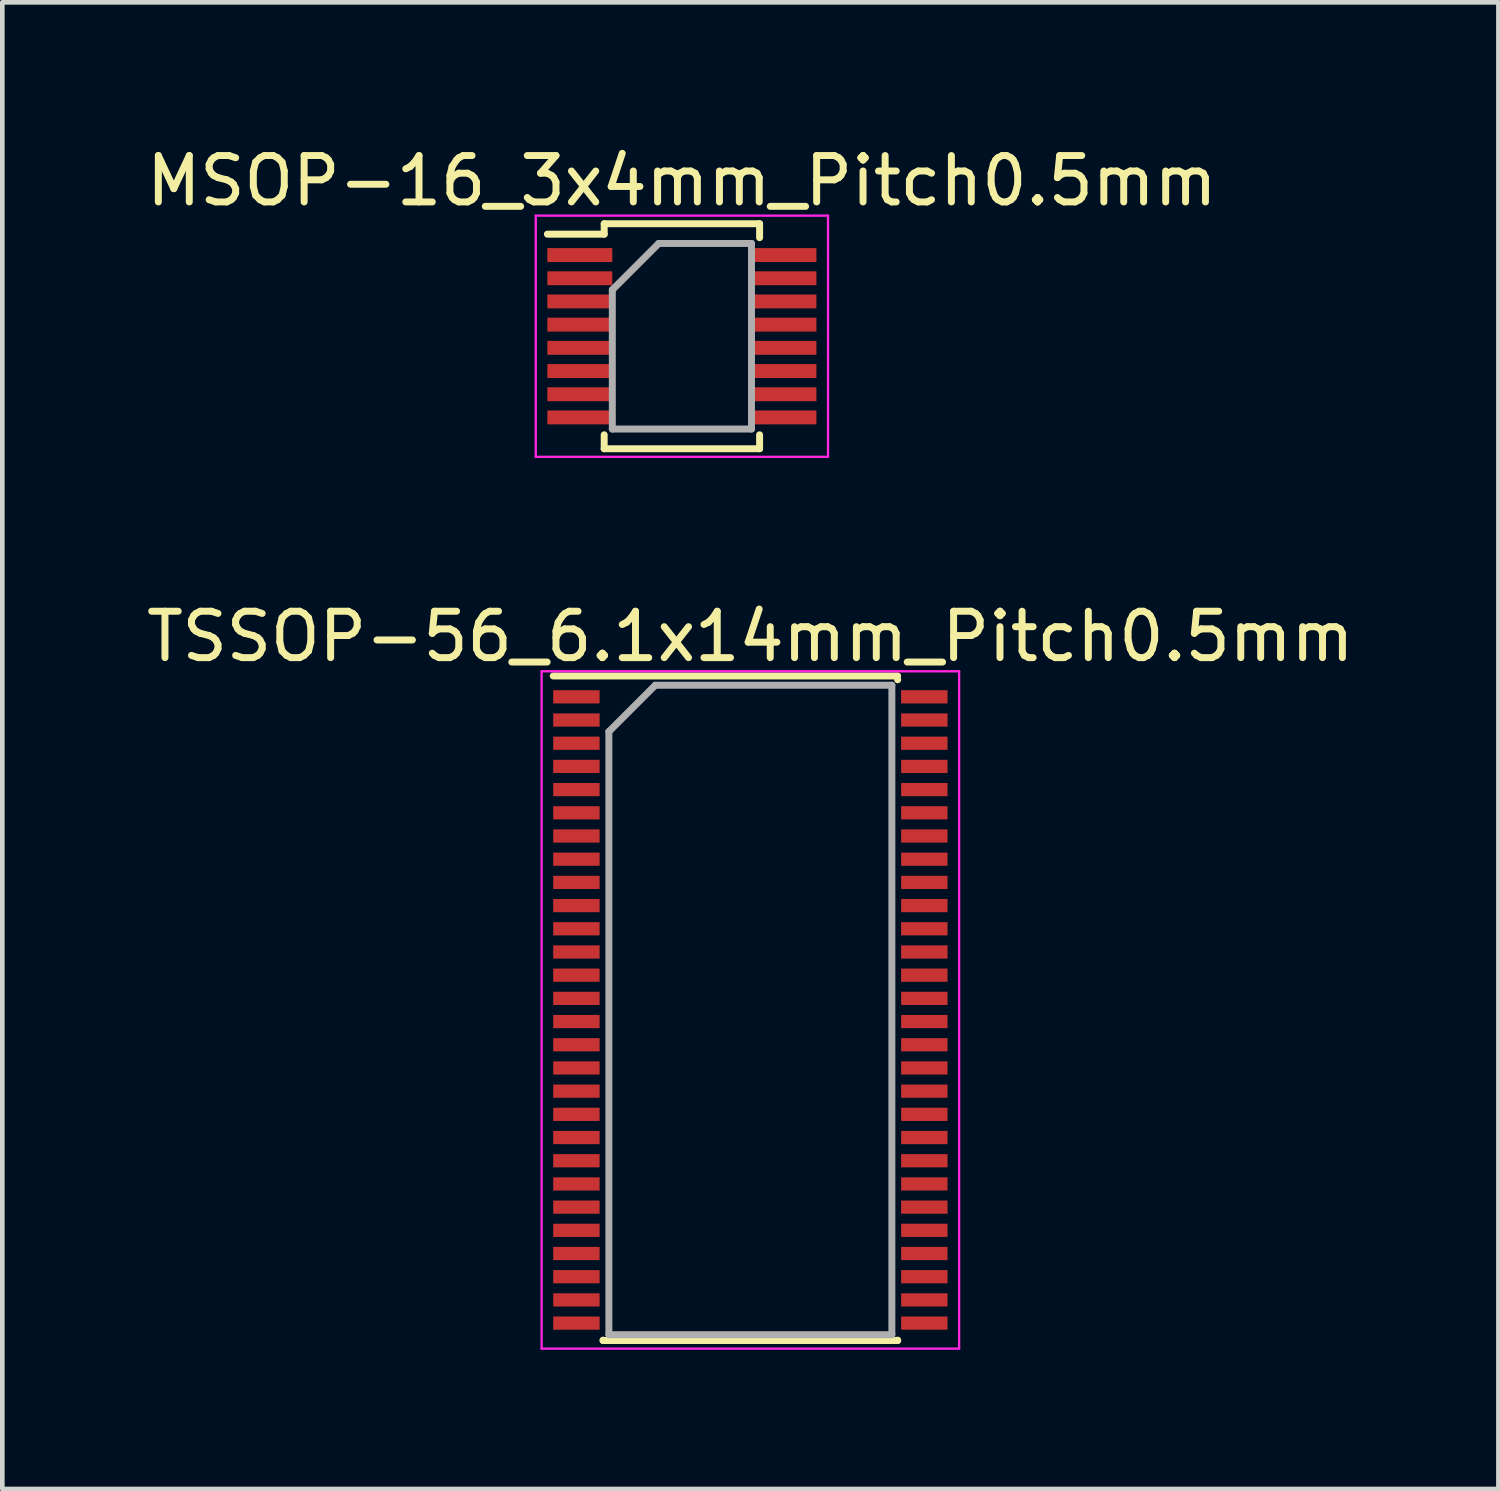
<source format=kicad_pcb>
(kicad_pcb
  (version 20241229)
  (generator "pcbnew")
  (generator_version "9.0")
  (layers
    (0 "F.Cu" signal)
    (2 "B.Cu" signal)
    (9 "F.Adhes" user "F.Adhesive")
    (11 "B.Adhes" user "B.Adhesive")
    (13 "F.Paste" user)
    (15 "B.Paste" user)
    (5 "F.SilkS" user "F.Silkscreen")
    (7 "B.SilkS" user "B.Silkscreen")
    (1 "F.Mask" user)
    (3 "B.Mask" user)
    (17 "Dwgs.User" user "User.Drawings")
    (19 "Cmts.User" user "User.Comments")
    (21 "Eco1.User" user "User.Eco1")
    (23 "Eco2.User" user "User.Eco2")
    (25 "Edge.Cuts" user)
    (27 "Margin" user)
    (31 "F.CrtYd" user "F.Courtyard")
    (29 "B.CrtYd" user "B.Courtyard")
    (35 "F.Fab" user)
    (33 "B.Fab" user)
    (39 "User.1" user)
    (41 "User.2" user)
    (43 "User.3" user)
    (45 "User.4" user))
  (footprint "TSSOP-56_6.1x14mm_Pitch0.5mm"
    (layer "F.Cu")
    (at 13.125 18.721)
    (property "Reference" "TSSOP-56_6.1x14mm_Pitch0.5mm" (at 0 -8.05 0) (layer "F.SilkS") (effects (font (size 1 1) (thickness 0.15))))
    (attr smd)
    (fp_line (start -4.25 -7.2) (end 3.175 -7.2) (stroke (width 0.15) (type solid)) (layer "F.SilkS"))
    (fp_line (start -3.175 7.125) (end -3.175 7.117) (stroke (width 0.15) (type solid)) (layer "F.SilkS"))
    (fp_line (start -3.175 7.125) (end 3.175 7.125) (stroke (width 0.15) (type solid)) (layer "F.SilkS"))
    (fp_line (start 3.175 -7.125) (end 3.175 -7.117) (stroke (width 0.15) (type solid)) (layer "F.SilkS"))
    (fp_line (start 3.175 7.125) (end 3.175 7.117) (stroke (width 0.15) (type solid)) (layer "F.SilkS"))
    (fp_line (start -4.5 -7.3) (end -4.5 7.3) (stroke (width 0.05) (type solid)) (layer "F.CrtYd"))
    (fp_line (start -4.5 -7.3) (end 4.5 -7.3) (stroke (width 0.05) (type solid)) (layer "F.CrtYd"))
    (fp_line (start -4.5 7.3) (end 4.5 7.3) (stroke (width 0.05) (type solid)) (layer "F.CrtYd"))
    (fp_line (start 4.5 -7.3) (end 4.5 7.3) (stroke (width 0.05) (type solid)) (layer "F.CrtYd"))
    (fp_line (start -3.05 -6) (end -2.05 -7) (stroke (width 0.15) (type solid)) (layer "F.Fab"))
    (fp_line (start -3.05 7) (end -3.05 -6) (stroke (width 0.15) (type solid)) (layer "F.Fab"))
    (fp_line (start -2.05 -7) (end 3.05 -7) (stroke (width 0.15) (type solid)) (layer "F.Fab"))
    (fp_line (start 3.05 -7) (end 3.05 7) (stroke (width 0.15) (type solid)) (layer "F.Fab"))
    (fp_line (start 3.05 7) (end -3.05 7) (stroke (width 0.15) (type solid)) (layer "F.Fab"))
    (pad "1" smd rect (at -3.75 -6.75) (size 1 0.285) (layers "F.Cu" "F.Mask" "F.Paste"))
    (pad "2" smd rect (at -3.75 -6.25) (size 1 0.285) (layers "F.Cu" "F.Mask" "F.Paste"))
    (pad "3" smd rect (at -3.75 -5.75) (size 1 0.285) (layers "F.Cu" "F.Mask" "F.Paste"))
    (pad "4" smd rect (at -3.75 -5.25) (size 1 0.285) (layers "F.Cu" "F.Mask" "F.Paste"))
    (pad "5" smd rect (at -3.75 -4.75) (size 1 0.285) (layers "F.Cu" "F.Mask" "F.Paste"))
    (pad "6" smd rect (at -3.75 -4.25) (size 1 0.285) (layers "F.Cu" "F.Mask" "F.Paste"))
    (pad "7" smd rect (at -3.75 -3.75) (size 1 0.285) (layers "F.Cu" "F.Mask" "F.Paste"))
    (pad "8" smd rect (at -3.75 -3.25) (size 1 0.285) (layers "F.Cu" "F.Mask" "F.Paste"))
    (pad "9" smd rect (at -3.75 -2.75) (size 1 0.285) (layers "F.Cu" "F.Mask" "F.Paste"))
    (pad "10" smd rect (at -3.75 -2.25) (size 1 0.285) (layers "F.Cu" "F.Mask" "F.Paste"))
    (pad "11" smd rect (at -3.75 -1.75) (size 1 0.285) (layers "F.Cu" "F.Mask" "F.Paste"))
    (pad "12" smd rect (at -3.75 -1.25) (size 1 0.285) (layers "F.Cu" "F.Mask" "F.Paste"))
    (pad "13" smd rect (at -3.75 -0.75) (size 1 0.285) (layers "F.Cu" "F.Mask" "F.Paste"))
    (pad "14" smd rect (at -3.75 -0.25) (size 1 0.285) (layers "F.Cu" "F.Mask" "F.Paste"))
    (pad "15" smd rect (at -3.75 0.25) (size 1 0.285) (layers "F.Cu" "F.Mask" "F.Paste"))
    (pad "16" smd rect (at -3.75 0.75) (size 1 0.285) (layers "F.Cu" "F.Mask" "F.Paste"))
    (pad "17" smd rect (at -3.75 1.25) (size 1 0.285) (layers "F.Cu" "F.Mask" "F.Paste"))
    (pad "18" smd rect (at -3.75 1.75) (size 1 0.285) (layers "F.Cu" "F.Mask" "F.Paste"))
    (pad "19" smd rect (at -3.75 2.25) (size 1 0.285) (layers "F.Cu" "F.Mask" "F.Paste"))
    (pad "20" smd rect (at -3.75 2.75) (size 1 0.285) (layers "F.Cu" "F.Mask" "F.Paste"))
    (pad "21" smd rect (at -3.75 3.25) (size 1 0.285) (layers "F.Cu" "F.Mask" "F.Paste"))
    (pad "22" smd rect (at -3.75 3.75) (size 1 0.285) (layers "F.Cu" "F.Mask" "F.Paste"))
    (pad "23" smd rect (at -3.75 4.25) (size 1 0.285) (layers "F.Cu" "F.Mask" "F.Paste"))
    (pad "24" smd rect (at -3.75 4.75) (size 1 0.285) (layers "F.Cu" "F.Mask" "F.Paste"))
    (pad "25" smd rect (at -3.75 5.25) (size 1 0.285) (layers "F.Cu" "F.Mask" "F.Paste"))
    (pad "26" smd rect (at -3.75 5.75) (size 1 0.285) (layers "F.Cu" "F.Mask" "F.Paste"))
    (pad "27" smd rect (at -3.75 6.25) (size 1 0.285) (layers "F.Cu" "F.Mask" "F.Paste"))
    (pad "28" smd rect (at -3.75 6.75) (size 1 0.285) (layers "F.Cu" "F.Mask" "F.Paste"))
    (pad "29" smd rect (at 3.75 6.75) (size 1 0.285) (layers "F.Cu" "F.Mask" "F.Paste"))
    (pad "30" smd rect (at 3.75 6.25) (size 1 0.285) (layers "F.Cu" "F.Mask" "F.Paste"))
    (pad "31" smd rect (at 3.75 5.75) (size 1 0.285) (layers "F.Cu" "F.Mask" "F.Paste"))
    (pad "32" smd rect (at 3.75 5.25) (size 1 0.285) (layers "F.Cu" "F.Mask" "F.Paste"))
    (pad "33" smd rect (at 3.75 4.75) (size 1 0.285) (layers "F.Cu" "F.Mask" "F.Paste"))
    (pad "34" smd rect (at 3.75 4.25) (size 1 0.285) (layers "F.Cu" "F.Mask" "F.Paste"))
    (pad "35" smd rect (at 3.75 3.75) (size 1 0.285) (layers "F.Cu" "F.Mask" "F.Paste"))
    (pad "36" smd rect (at 3.75 3.25) (size 1 0.285) (layers "F.Cu" "F.Mask" "F.Paste"))
    (pad "37" smd rect (at 3.75 2.75) (size 1 0.285) (layers "F.Cu" "F.Mask" "F.Paste"))
    (pad "38" smd rect (at 3.75 2.25) (size 1 0.285) (layers "F.Cu" "F.Mask" "F.Paste"))
    (pad "39" smd rect (at 3.75 1.75) (size 1 0.285) (layers "F.Cu" "F.Mask" "F.Paste"))
    (pad "40" smd rect (at 3.75 1.25) (size 1 0.285) (layers "F.Cu" "F.Mask" "F.Paste"))
    (pad "41" smd rect (at 3.75 0.75) (size 1 0.285) (layers "F.Cu" "F.Mask" "F.Paste"))
    (pad "42" smd rect (at 3.75 0.25) (size 1 0.285) (layers "F.Cu" "F.Mask" "F.Paste"))
    (pad "43" smd rect (at 3.75 -0.25) (size 1 0.285) (layers "F.Cu" "F.Mask" "F.Paste"))
    (pad "44" smd rect (at 3.75 -0.75) (size 1 0.285) (layers "F.Cu" "F.Mask" "F.Paste"))
    (pad "45" smd rect (at 3.75 -1.25) (size 1 0.285) (layers "F.Cu" "F.Mask" "F.Paste"))
    (pad "46" smd rect (at 3.75 -1.75) (size 1 0.285) (layers "F.Cu" "F.Mask" "F.Paste"))
    (pad "47" smd rect (at 3.75 -2.25) (size 1 0.285) (layers "F.Cu" "F.Mask" "F.Paste"))
    (pad "48" smd rect (at 3.75 -2.75) (size 1 0.285) (layers "F.Cu" "F.Mask" "F.Paste"))
    (pad "49" smd rect (at 3.75 -3.25) (size 1 0.285) (layers "F.Cu" "F.Mask" "F.Paste"))
    (pad "50" smd rect (at 3.75 -3.75) (size 1 0.285) (layers "F.Cu" "F.Mask" "F.Paste"))
    (pad "51" smd rect (at 3.75 -4.25) (size 1 0.285) (layers "F.Cu" "F.Mask" "F.Paste"))
    (pad "52" smd rect (at 3.75 -4.75) (size 1 0.285) (layers "F.Cu" "F.Mask" "F.Paste"))
    (pad "53" smd rect (at 3.75 -5.25) (size 1 0.285) (layers "F.Cu" "F.Mask" "F.Paste"))
    (pad "54" smd rect (at 3.75 -5.75) (size 1 0.285) (layers "F.Cu" "F.Mask" "F.Paste"))
    (pad "55" smd rect (at 3.75 -6.25) (size 1 0.285) (layers "F.Cu" "F.Mask" "F.Paste"))
    (pad "56" smd rect (at 3.75 -6.75) (size 1 0.285) (layers "F.Cu" "F.Mask" "F.Paste")))
  (footprint "MSOP-16_3x4mm_Pitch0.5mm"
    (layer "F.Cu")
    (at 11.649 4.198)
    (property "Reference" "MSOP-16_3x4mm_Pitch0.5mm" (at 0 -3.35 0) (layer "F.SilkS") (effects (font (size 1 1) (thickness 0.15))))
    (attr smd)
    (fp_line (start -1.675 -2.425) (end -1.675 -2.2) (stroke (width 0.15) (type solid)) (layer "F.SilkS"))
    (fp_line (start -1.675 -2.425) (end 1.675 -2.425) (stroke (width 0.15) (type solid)) (layer "F.SilkS"))
    (fp_line (start -1.675 -2.2) (end -2.9 -2.2) (stroke (width 0.15) (type solid)) (layer "F.SilkS"))
    (fp_line (start -1.675 2.425) (end -1.675 2.125) (stroke (width 0.15) (type solid)) (layer "F.SilkS"))
    (fp_line (start -1.675 2.425) (end 1.675 2.425) (stroke (width 0.15) (type solid)) (layer "F.SilkS"))
    (fp_line (start 1.675 -2.425) (end 1.675 -2.125) (stroke (width 0.15) (type solid)) (layer "F.SilkS"))
    (fp_line (start 1.675 2.425) (end 1.675 2.125) (stroke (width 0.15) (type solid)) (layer "F.SilkS"))
    (fp_line (start -3.15 -2.6) (end -3.15 2.6) (stroke (width 0.05) (type solid)) (layer "F.CrtYd"))
    (fp_line (start -3.15 -2.6) (end 3.15 -2.6) (stroke (width 0.05) (type solid)) (layer "F.CrtYd"))
    (fp_line (start -3.15 2.6) (end 3.15 2.6) (stroke (width 0.05) (type solid)) (layer "F.CrtYd"))
    (fp_line (start 3.15 -2.6) (end 3.15 2.6) (stroke (width 0.05) (type solid)) (layer "F.CrtYd"))
    (fp_line (start -1.5 -1) (end -0.5 -2) (stroke (width 0.15) (type solid)) (layer "F.Fab"))
    (fp_line (start -1.5 2) (end -1.5 -1) (stroke (width 0.15) (type solid)) (layer "F.Fab"))
    (fp_line (start -0.5 -2) (end 1.5 -2) (stroke (width 0.15) (type solid)) (layer "F.Fab"))
    (fp_line (start 1.5 -2) (end 1.5 2) (stroke (width 0.15) (type solid)) (layer "F.Fab"))
    (fp_line (start 1.5 2) (end -1.5 2) (stroke (width 0.15) (type solid)) (layer "F.Fab"))
    (pad "1" smd rect (at -2.2 -1.75) (size 1.4 0.3) (layers "F.Cu" "F.Mask" "F.Paste"))
    (pad "2" smd rect (at -2.2 -1.25) (size 1.4 0.3) (layers "F.Cu" "F.Mask" "F.Paste"))
    (pad "3" smd rect (at -2.2 -0.75) (size 1.4 0.3) (layers "F.Cu" "F.Mask" "F.Paste"))
    (pad "4" smd rect (at -2.2 -0.25) (size 1.4 0.3) (layers "F.Cu" "F.Mask" "F.Paste"))
    (pad "5" smd rect (at -2.2 0.25) (size 1.4 0.3) (layers "F.Cu" "F.Mask" "F.Paste"))
    (pad "6" smd rect (at -2.2 0.75) (size 1.4 0.3) (layers "F.Cu" "F.Mask" "F.Paste"))
    (pad "7" smd rect (at -2.2 1.25) (size 1.4 0.3) (layers "F.Cu" "F.Mask" "F.Paste"))
    (pad "8" smd rect (at -2.2 1.75) (size 1.4 0.3) (layers "F.Cu" "F.Mask" "F.Paste"))
    (pad "9" smd rect (at 2.2 1.75) (size 1.4 0.3) (layers "F.Cu" "F.Mask" "F.Paste"))
    (pad "10" smd rect (at 2.2 1.25) (size 1.4 0.3) (layers "F.Cu" "F.Mask" "F.Paste"))
    (pad "11" smd rect (at 2.2 0.75) (size 1.4 0.3) (layers "F.Cu" "F.Mask" "F.Paste"))
    (pad "12" smd rect (at 2.2 0.25) (size 1.4 0.3) (layers "F.Cu" "F.Mask" "F.Paste"))
    (pad "13" smd rect (at 2.2 -0.25) (size 1.4 0.3) (layers "F.Cu" "F.Mask" "F.Paste"))
    (pad "14" smd rect (at 2.2 -0.75) (size 1.4 0.3) (layers "F.Cu" "F.Mask" "F.Paste"))
    (pad "15" smd rect (at 2.2 -1.25) (size 1.4 0.3) (layers "F.Cu" "F.Mask" "F.Paste"))
    (pad "16" smd rect (at 2.2 -1.75) (size 1.4 0.3) (layers "F.Cu" "F.Mask" "F.Paste")))
  (gr_rect
    (start -3 -3)
    (end 29.25 29.047)
    (stroke (width 0.1) (type default))
    (fill no)
    (layer "Edge.Cuts")))
</source>
